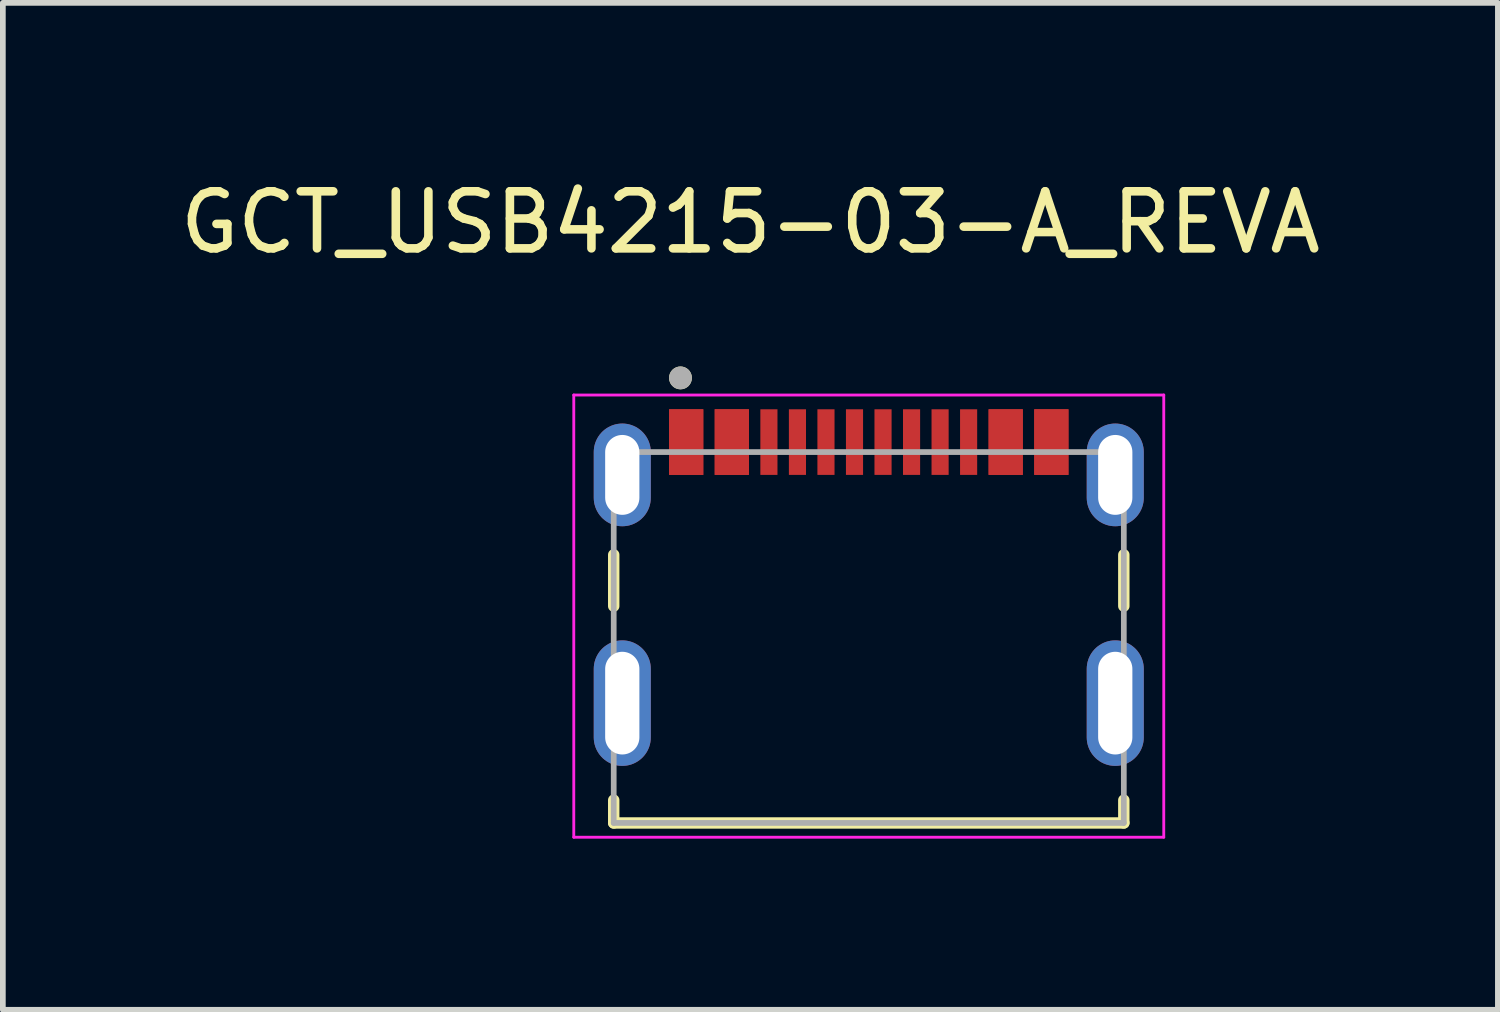
<source format=kicad_pcb>
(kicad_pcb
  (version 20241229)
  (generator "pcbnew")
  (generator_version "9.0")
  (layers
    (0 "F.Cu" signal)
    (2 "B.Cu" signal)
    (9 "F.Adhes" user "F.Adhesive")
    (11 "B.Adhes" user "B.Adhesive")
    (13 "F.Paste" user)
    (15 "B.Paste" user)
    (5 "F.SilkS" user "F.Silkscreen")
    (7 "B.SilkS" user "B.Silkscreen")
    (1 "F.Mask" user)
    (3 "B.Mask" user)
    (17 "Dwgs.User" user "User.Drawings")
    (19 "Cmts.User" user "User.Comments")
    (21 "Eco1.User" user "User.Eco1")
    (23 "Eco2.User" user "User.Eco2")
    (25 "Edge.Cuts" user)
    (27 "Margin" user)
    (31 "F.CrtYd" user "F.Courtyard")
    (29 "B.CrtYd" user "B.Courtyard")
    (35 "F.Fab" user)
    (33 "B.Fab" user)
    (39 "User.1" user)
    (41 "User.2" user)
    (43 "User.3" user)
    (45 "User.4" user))
  (footprint "GCT_USB4215-03-A_REVA"
    (layer "F.Cu")
    (at 12.176 9.273)
    (property "Reference" "GCT_USB4215-03-A_REVA" (at -2.075 -8.425 0) (layer "F.SilkS") (effects (font (size 1 1) (thickness 0.15))))
    (attr smd)
    (fp_line (start -4.47 -2.6) (end -4.47 -1.7) (stroke (width 0.2) (type solid)) (layer "F.SilkS"))
    (fp_line (start -4.47 1.7) (end -4.47 2.1) (stroke (width 0.2) (type solid)) (layer "F.SilkS"))
    (fp_line (start -4.47 2.1) (end 4.47 2.1) (stroke (width 0.2) (type solid)) (layer "F.SilkS"))
    (fp_line (start 4.47 -2.6) (end 4.47 -1.7) (stroke (width 0.2) (type solid)) (layer "F.SilkS"))
    (fp_line (start 4.47 2.1) (end 4.47 1.7) (stroke (width 0.2) (type solid)) (layer "F.SilkS"))
    (fp_circle (center -3.3 -5.7) (end -3.2 -5.7) (stroke (width 0.2) (type solid)) (fill no) (layer "F.SilkS"))
    (fp_line (start -5.17 -5.4) (end -5.17 2.35) (stroke (width 0.05) (type solid)) (layer "F.CrtYd"))
    (fp_line (start -5.17 2.35) (end 5.17 2.35) (stroke (width 0.05) (type solid)) (layer "F.CrtYd"))
    (fp_line (start 5.17 -5.4) (end -5.17 -5.4) (stroke (width 0.05) (type solid)) (layer "F.CrtYd"))
    (fp_line (start 5.17 2.35) (end 5.17 -5.4) (stroke (width 0.05) (type solid)) (layer "F.CrtYd"))
    (fp_line (start -4.47 -4.4) (end -4.47 2.1) (stroke (width 0.1) (type solid)) (layer "F.Fab"))
    (fp_line (start -4.47 2.1) (end 4.47 2.1) (stroke (width 0.1) (type solid)) (layer "F.Fab"))
    (fp_line (start 4.47 -4.4) (end -4.47 -4.4) (stroke (width 0.1) (type solid)) (layer "F.Fab"))
    (fp_line (start 4.47 2.1) (end 4.47 -4.4) (stroke (width 0.1) (type solid)) (layer "F.Fab"))
    (fp_circle (center -3.3 -5.7) (end -3.2 -5.7) (stroke (width 0.2) (type solid)) (fill no) (layer "F.Fab"))
    (pad "A1" smd rect (at -3.2 -4.575) (size 0.6 1.15) (layers "F.Cu" "F.Mask" "F.Paste"))
    (pad "A4" smd rect (at -2.4 -4.575) (size 0.6 1.15) (layers "F.Cu" "F.Mask" "F.Paste"))
    (pad "A5" smd rect (at -1.25 -4.575) (size 0.3 1.15) (layers "F.Cu" "F.Mask" "F.Paste"))
    (pad "A6" smd rect (at -0.25 -4.575) (size 0.3 1.15) (layers "F.Cu" "F.Mask" "F.Paste"))
    (pad "A7" smd rect (at 0.25 -4.575) (size 0.3 1.15) (layers "F.Cu" "F.Mask" "F.Paste"))
    (pad "A8" smd rect (at 1.25 -4.575) (size 0.3 1.15) (layers "F.Cu" "F.Mask" "F.Paste"))
    (pad "A9" smd rect (at 2.4 -4.575) (size 0.6 1.15) (layers "F.Cu" "F.Mask" "F.Paste"))
    (pad "A12" smd rect (at 3.2 -4.575) (size 0.6 1.15) (layers "F.Cu" "F.Mask" "F.Paste"))
    (pad "B1" smd rect (at 3.2 -4.575) (size 0.6 1.15) (layers "F.Cu" "F.Mask" "F.Paste"))
    (pad "B4" smd rect (at 2.4 -4.575) (size 0.6 1.15) (layers "F.Cu" "F.Mask" "F.Paste"))
    (pad "B5" smd rect (at 1.75 -4.575) (size 0.3 1.15) (layers "F.Cu" "F.Mask" "F.Paste"))
    (pad "B6" smd rect (at 0.75 -4.575) (size 0.3 1.15) (layers "F.Cu" "F.Mask" "F.Paste"))
    (pad "B7" smd rect (at -0.75 -4.575) (size 0.3 1.15) (layers "F.Cu" "F.Mask" "F.Paste"))
    (pad "B8" smd rect (at -1.75 -4.575) (size 0.3 1.15) (layers "F.Cu" "F.Mask" "F.Paste"))
    (pad "B9" smd rect (at -2.4 -4.575) (size 0.6 1.15) (layers "F.Cu" "F.Mask" "F.Paste"))
    (pad "B12" smd rect (at -3.2 -4.575) (size 0.6 1.15) (layers "F.Cu" "F.Mask" "F.Paste"))
    (pad "S1" thru_hole oval (at -4.32 -4) (size 1 1.8) (drill oval 0.6 1.4) (layers "*.Cu" "*.Mask"))
    (pad "S1" thru_hole oval (at -4.32 0) (size 1 2.2) (drill oval 0.6 1.8) (layers "*.Cu" "*.Mask"))
    (pad "S1" thru_hole oval (at 4.32 -4) (size 1 1.8) (drill oval 0.6 1.4) (layers "*.Cu" "*.Mask"))
    (pad "S1" thru_hole oval (at 4.32 0) (size 1 2.2) (drill oval 0.6 1.8) (layers "*.Cu" "*.Mask")))
  (gr_rect
    (start -3 -3)
    (end 23.202 14.648)
    (stroke (width 0.1) (type default))
    (fill no)
    (layer "Edge.Cuts")))
</source>
